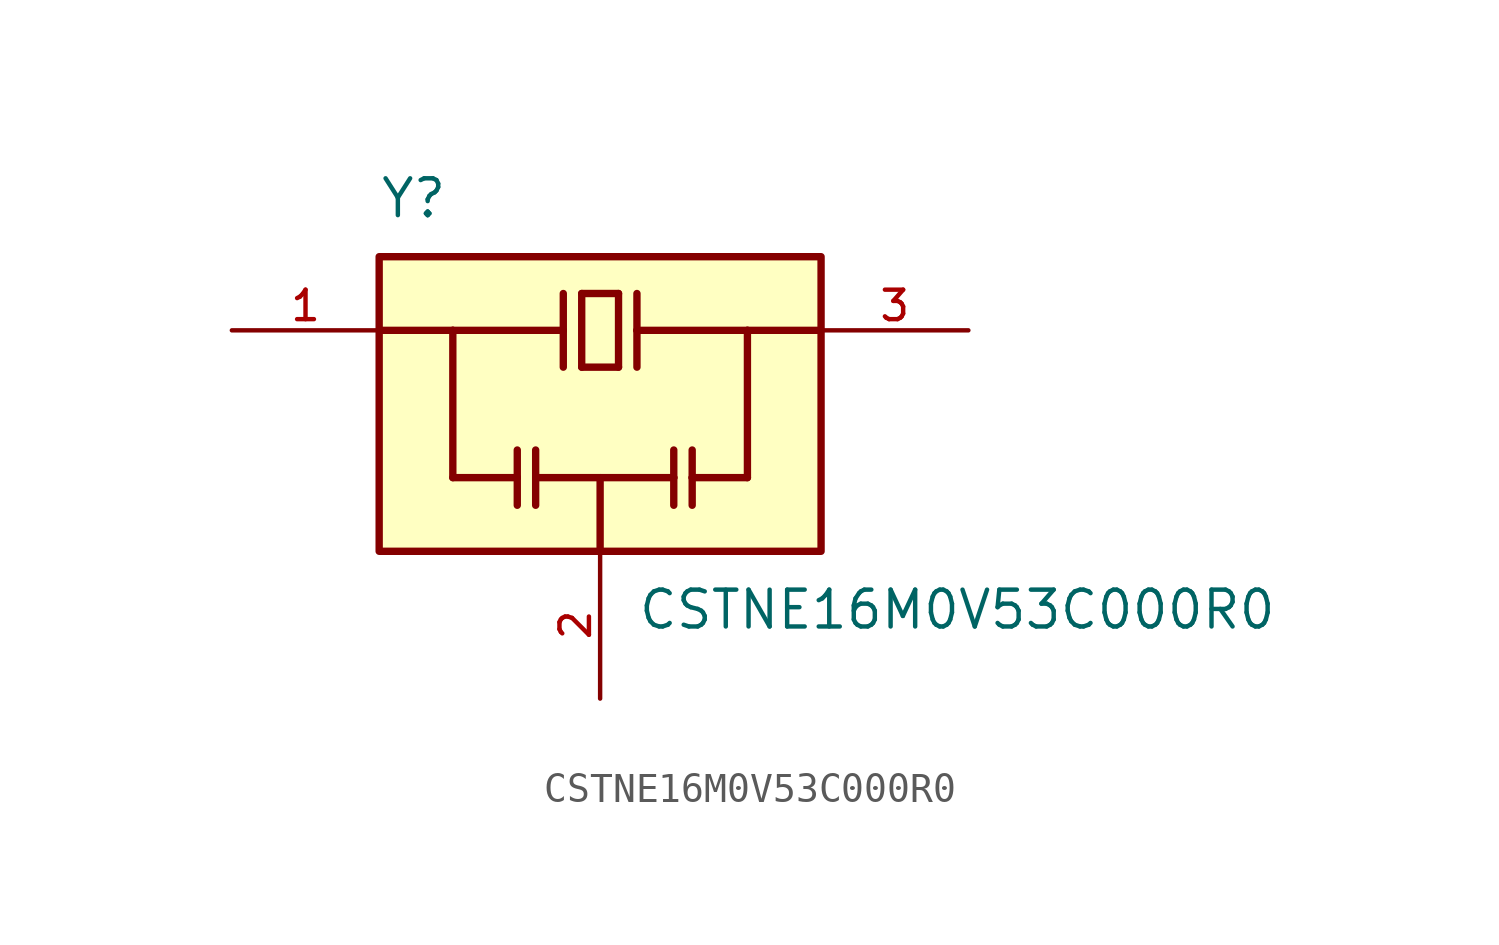
<source format=kicad_sym>
(kicad_symbol_lib
  (version 20211014)
  (generator kicad_symbol_editor)
  (symbol "CSTNE16M0V53C000R0"
    (pin_names
      (offset 1.016))
    (property "Reference" "Y"
      (at -7.62 6.35 0)
      (effects (font (size 1.27 1.27)) (justify bottom left)))
    (property "Value" "CSTNE16M0V53C000R0"
      (at 1.27 -6.35 0.0)
      (effects (font (size 1.27 1.27)) (justify top left)))
    (symbol "CSTNE16M0V53C000R0_0_0"
      (polyline (pts (xy -1.27 3.81) (xy -1.27 2.54)) (stroke (width 0.254)))
      (polyline (pts (xy -1.27 2.54) (xy -1.27 1.27)) (stroke (width 0.254)))
      (polyline (pts (xy -0.635 1.27) (xy -0.635 3.81)) (stroke (width 0.254)))
      (polyline (pts (xy -0.635 3.81) (xy 0.635 3.81)) (stroke (width 0.254)))
      (polyline (pts (xy 0.635 3.81) (xy 0.635 1.27)) (stroke (width 0.254)))
      (polyline (pts (xy 0.635 1.27) (xy -0.635 1.27)) (stroke (width 0.254)))
      (polyline (pts (xy 1.27 3.81) (xy 1.27 2.54)) (stroke (width 0.254)))
      (polyline (pts (xy 1.27 2.54) (xy 1.27 1.27)) (stroke (width 0.254)))
      (polyline (pts (xy -2.857 -1.587) (xy -2.857 -2.54)) (stroke (width 0.254)))
      (polyline (pts (xy -2.857 -2.54) (xy -2.857 -3.493)) (stroke (width 0.254)))
      (polyline (pts (xy -2.223 -1.587) (xy -2.223 -2.54)) (stroke (width 0.254)))
      (polyline (pts (xy -2.223 -2.54) (xy -2.223 -3.493)) (stroke (width 0.254)))
      (polyline (pts (xy 2.54 -1.587) (xy 2.54 -2.54)) (stroke (width 0.254)))
      (polyline (pts (xy 2.54 -2.54) (xy 2.54 -3.493)) (stroke (width 0.254)))
      (polyline (pts (xy 3.175 -1.587) (xy 3.175 -2.54)) (stroke (width 0.254)))
      (polyline (pts (xy 3.175 -2.54) (xy 3.175 -3.493)) (stroke (width 0.254)))
      (polyline (pts (xy -7.62 2.54) (xy -5.08 2.54)) (stroke (width 0.254)))
      (polyline (pts (xy -5.08 2.54) (xy -1.27 2.54)) (stroke (width 0.254)))
      (polyline (pts (xy 1.27 2.54) (xy 5.08 2.54)) (stroke (width 0.254)))
      (polyline (pts (xy 5.08 2.54) (xy 7.62 2.54)) (stroke (width 0.254)))
      (polyline (pts (xy -2.857 -2.54) (xy -5.08 -2.54)) (stroke (width 0.254)))
      (polyline (pts (xy -5.08 -2.54) (xy -5.08 2.54)) (stroke (width 0.254)))
      (polyline (pts (xy 3.175 -2.54) (xy 5.08 -2.54)) (stroke (width 0.254)))
      (polyline (pts (xy 5.08 -2.54) (xy 5.08 2.54)) (stroke (width 0.254)))
      (polyline (pts (xy 0.0 -5.08) (xy 0.0 -2.54)) (stroke (width 0.254)))
      (polyline (pts (xy 0.0 -2.54) (xy -2.223 -2.54)) (stroke (width 0.254)))
      (polyline (pts (xy 0.0 -2.54) (xy 2.54 -2.54)) (stroke (width 0.254)))
      (rectangle (start -7.62 -5.08) (end 7.62 5.08) (stroke (width 0.254)) (fill (type background)))
      (pin input line (at -12.7 2.54 0) (length 5.08) (name "~" (effects (font (size 1.016 1.016)))) (number "1" (effects (font (size 1.016 1.016)))))
      (pin output line (at 12.7 2.54 180.0) (length 5.08) (name "~" (effects (font (size 1.016 1.016)))) (number "3" (effects (font (size 1.016 1.016)))))
      (pin power_in line (at 0.0 -10.16 90.0) (length 5.08) (name "~" (effects (font (size 1.016 1.016)))) (number "2" (effects (font (size 1.016 1.016))))))))
</source>
